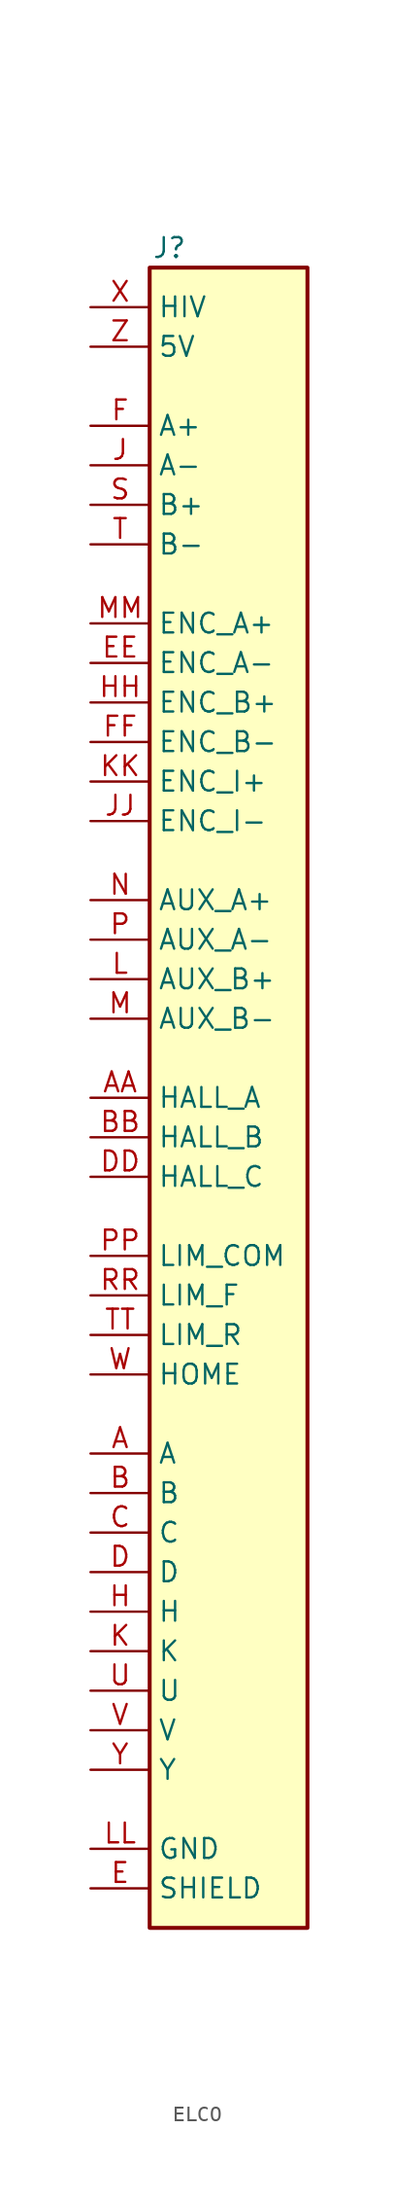
<source format=kicad_sym>
(kicad_symbol_lib
  (version 20220914)
  (generator kicad_symbol_editor)
  (symbol "ELCO"
    (property "Reference" "J"
      (at -3.81 36.83 0)
      (effects (font (size 1.27 1.27))))
    (property "Value" ""
      (at -3.81 0 0)
      (effects (font (size 1.27 1.27))))
    (symbol "ELCO_1_1"
      (rectangle (start -5.08 35.56) (end 5.08 -71.12) (stroke (width 0.254) (type default)) (fill (type background)))
      (pin passive line (at -8.89 -40.64 0) (length 3.81) (name "A" (effects (font (size 1.27 1.27)))) (number "A" (effects (font (size 1.27 1.27)))))
      (pin passive line (at -8.89 -17.78 0) (length 3.81) (name "HALL_A" (effects (font (size 1.27 1.27)))) (number "AA" (effects (font (size 1.27 1.27)))))
      (pin passive line (at -8.89 -43.18 0) (length 3.81) (name "B" (effects (font (size 1.27 1.27)))) (number "B" (effects (font (size 1.27 1.27)))))
      (pin passive line (at -8.89 -20.32 0) (length 3.81) (name "HALL_B" (effects (font (size 1.27 1.27)))) (number "BB" (effects (font (size 1.27 1.27)))))
      (pin passive line (at -8.89 -45.72 0) (length 3.81) (name "C" (effects (font (size 1.27 1.27)))) (number "C" (effects (font (size 1.27 1.27)))))
      (pin passive line (at -8.89 -68.58 0) (length 3.81) hide (name "SHIELD" (effects (font (size 1.27 1.27)))) (number "CC" (effects (font (size 1.27 1.27)))))
      (pin passive line (at -8.89 -48.26 0) (length 3.81) (name "D" (effects (font (size 1.27 1.27)))) (number "D" (effects (font (size 1.27 1.27)))))
      (pin passive line (at -8.89 -22.86 0) (length 3.81) (name "HALL_C" (effects (font (size 1.27 1.27)))) (number "DD" (effects (font (size 1.27 1.27)))))
      (pin passive line (at -8.89 -68.58 0) (length 3.81) (name "SHIELD" (effects (font (size 1.27 1.27)))) (number "E" (effects (font (size 1.27 1.27)))))
      (pin passive line (at -8.89 10.16 0) (length 3.81) (name "ENC_A-" (effects (font (size 1.27 1.27)))) (number "EE" (effects (font (size 1.27 1.27)))))
      (pin passive line (at -8.89 25.4 0) (length 3.81) (name "A+" (effects (font (size 1.27 1.27)))) (number "F" (effects (font (size 1.27 1.27)))))
      (pin passive line (at -8.89 5.08 0) (length 3.81) (name "ENC_B-" (effects (font (size 1.27 1.27)))) (number "FF" (effects (font (size 1.27 1.27)))))
      (pin passive line (at -8.89 -50.8 0) (length 3.81) (name "H" (effects (font (size 1.27 1.27)))) (number "H" (effects (font (size 1.27 1.27)))))
      (pin passive line (at -8.89 7.62 0) (length 3.81) (name "ENC_B+" (effects (font (size 1.27 1.27)))) (number "HH" (effects (font (size 1.27 1.27)))))
      (pin passive line (at -8.89 22.86 0) (length 3.81) (name "A-" (effects (font (size 1.27 1.27)))) (number "J" (effects (font (size 1.27 1.27)))))
      (pin passive line (at -8.89 0 0) (length 3.81) (name "ENC_I-" (effects (font (size 1.27 1.27)))) (number "JJ" (effects (font (size 1.27 1.27)))))
      (pin passive line (at -8.89 -53.34 0) (length 3.81) (name "K" (effects (font (size 1.27 1.27)))) (number "K" (effects (font (size 1.27 1.27)))))
      (pin passive line (at -8.89 2.54 0) (length 3.81) (name "ENC_I+" (effects (font (size 1.27 1.27)))) (number "KK" (effects (font (size 1.27 1.27)))))
      (pin passive line (at -8.89 -10.16 0) (length 3.81) (name "AUX_B+" (effects (font (size 1.27 1.27)))) (number "L" (effects (font (size 1.27 1.27)))))
      (pin passive line (at -8.89 -66.04 0) (length 3.81) (name "GND" (effects (font (size 1.27 1.27)))) (number "LL" (effects (font (size 1.27 1.27)))))
      (pin passive line (at -8.89 -12.7 0) (length 3.81) (name "AUX_B-" (effects (font (size 1.27 1.27)))) (number "M" (effects (font (size 1.27 1.27)))))
      (pin passive line (at -8.89 12.7 0) (length 3.81) (name "ENC_A+" (effects (font (size 1.27 1.27)))) (number "MM" (effects (font (size 1.27 1.27)))))
      (pin passive line (at -8.89 -5.08 0) (length 3.81) (name "AUX_A+" (effects (font (size 1.27 1.27)))) (number "N" (effects (font (size 1.27 1.27)))))
      (pin passive line (at -8.89 30.48 0) (length 3.81) hide (name "5V" (effects (font (size 1.27 1.27)))) (number "NN" (effects (font (size 1.27 1.27)))))
      (pin passive line (at -8.89 -7.62 0) (length 3.81) (name "AUX_A-" (effects (font (size 1.27 1.27)))) (number "P" (effects (font (size 1.27 1.27)))))
      (pin passive line (at -8.89 -27.94 0) (length 3.81) (name "LIM_COM" (effects (font (size 1.27 1.27)))) (number "PP" (effects (font (size 1.27 1.27)))))
      (pin passive line (at -8.89 -68.58 0) (length 3.81) hide (name "SHIELD" (effects (font (size 1.27 1.27)))) (number "R" (effects (font (size 1.27 1.27)))))
      (pin passive line (at -8.89 -30.48 0) (length 3.81) (name "LIM_F" (effects (font (size 1.27 1.27)))) (number "RR" (effects (font (size 1.27 1.27)))))
      (pin passive line (at -8.89 20.32 0) (length 3.81) (name "B+" (effects (font (size 1.27 1.27)))) (number "S" (effects (font (size 1.27 1.27)))))
      (pin passive line (at -8.89 -27.94 0) (length 3.81) hide (name "LIM_COM" (effects (font (size 1.27 1.27)))) (number "SS" (effects (font (size 1.27 1.27)))))
      (pin passive line (at -8.89 17.78 0) (length 3.81) (name "B-" (effects (font (size 1.27 1.27)))) (number "T" (effects (font (size 1.27 1.27)))))
      (pin passive line (at -8.89 -33.02 0) (length 3.81) (name "LIM_R" (effects (font (size 1.27 1.27)))) (number "TT" (effects (font (size 1.27 1.27)))))
      (pin passive line (at -8.89 -55.88 0) (length 3.81) (name "U" (effects (font (size 1.27 1.27)))) (number "U" (effects (font (size 1.27 1.27)))))
      (pin passive line (at -8.89 -58.42 0) (length 3.81) (name "V" (effects (font (size 1.27 1.27)))) (number "V" (effects (font (size 1.27 1.27)))))
      (pin passive line (at -8.89 -35.56 0) (length 3.81) (name "HOME" (effects (font (size 1.27 1.27)))) (number "W" (effects (font (size 1.27 1.27)))))
      (pin passive line (at -8.89 33.02 0) (length 3.81) (name "HIV" (effects (font (size 1.27 1.27)))) (number "X" (effects (font (size 1.27 1.27)))))
      (pin passive line (at -8.89 -60.96 0) (length 3.81) (name "Y" (effects (font (size 1.27 1.27)))) (number "Y" (effects (font (size 1.27 1.27)))))
      (pin passive line (at -8.89 30.48 0) (length 3.81) (name "5V" (effects (font (size 1.27 1.27)))) (number "Z" (effects (font (size 1.27 1.27))))))))
</source>
